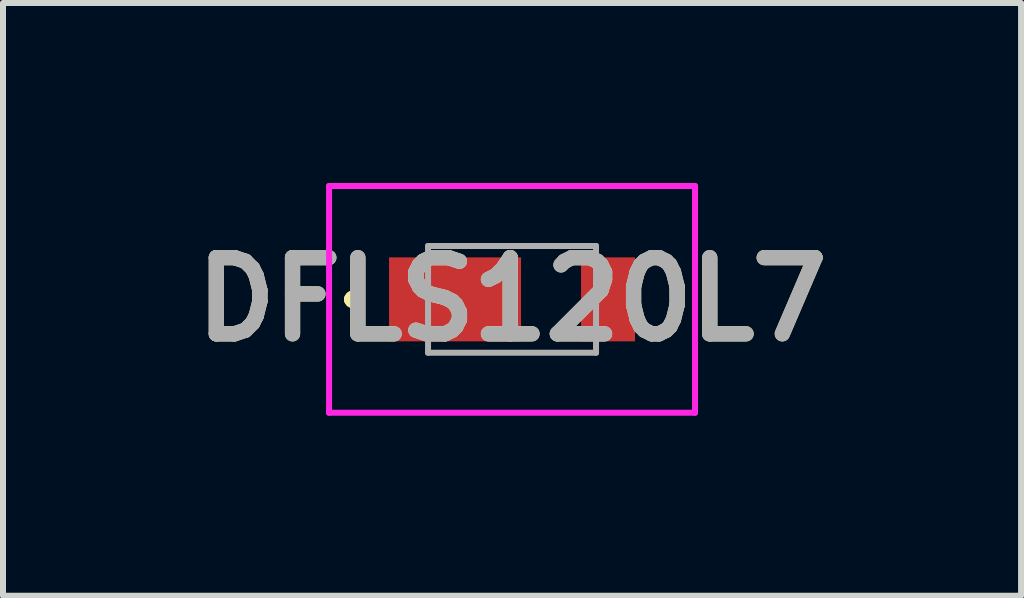
<source format=kicad_pcb>
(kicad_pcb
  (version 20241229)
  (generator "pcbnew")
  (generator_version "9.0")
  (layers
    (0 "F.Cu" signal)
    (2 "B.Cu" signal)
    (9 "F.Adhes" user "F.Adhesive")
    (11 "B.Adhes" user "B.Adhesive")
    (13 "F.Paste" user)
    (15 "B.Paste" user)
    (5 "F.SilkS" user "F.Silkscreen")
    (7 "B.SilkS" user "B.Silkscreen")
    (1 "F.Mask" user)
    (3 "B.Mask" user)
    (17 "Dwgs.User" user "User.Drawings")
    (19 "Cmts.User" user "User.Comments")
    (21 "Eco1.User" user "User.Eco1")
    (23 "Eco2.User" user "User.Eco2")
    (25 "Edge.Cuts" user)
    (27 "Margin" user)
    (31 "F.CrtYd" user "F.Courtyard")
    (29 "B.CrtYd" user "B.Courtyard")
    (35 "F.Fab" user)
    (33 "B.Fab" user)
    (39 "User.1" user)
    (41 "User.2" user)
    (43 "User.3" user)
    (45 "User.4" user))
  (footprint "DFLS120L7"
    (layer "F.Cu")
    (at 5.485 1.94)
    (property "Reference" "DFLS120L7" (at 0 0 0) (layer "F.SilkS") (effects (font (size 1.27 1.27) (thickness 0.254))))
    (attr smd)
    (fp_line (start -2.7 0) (end -2.7 0) (stroke (width 0.2) (type solid)) (layer "F.SilkS"))
    (fp_line (start -2.7 0) (end -2.6 0) (stroke (width 0.2) (type solid)) (layer "F.SilkS"))
    (fp_line (start -2.6 0) (end -2.6 0) (stroke (width 0.2) (type solid)) (layer "F.SilkS"))
    (fp_arc (start -2.7 0) (mid -2.65 -0.05) (end -2.6 0) (stroke (width 0.2) (type solid)) (layer "F.SilkS"))
    (fp_arc (start -2.6 0) (mid -2.65 0.05) (end -2.7 0) (stroke (width 0.2) (type solid)) (layer "F.SilkS"))
    (fp_line (start -3.05 -1.89) (end 3.05 -1.89) (stroke (width 0.1) (type solid)) (layer "F.CrtYd"))
    (fp_line (start -3.05 1.89) (end -3.05 -1.89) (stroke (width 0.1) (type solid)) (layer "F.CrtYd"))
    (fp_line (start 3.05 -1.89) (end 3.05 1.89) (stroke (width 0.1) (type solid)) (layer "F.CrtYd"))
    (fp_line (start 3.05 1.89) (end -3.05 1.89) (stroke (width 0.1) (type solid)) (layer "F.CrtYd"))
    (fp_line (start -1.4 -0.89) (end -1.4 0.89) (stroke (width 0.1) (type solid)) (layer "F.Fab"))
    (fp_line (start -1.4 0.89) (end 1.4 0.89) (stroke (width 0.1) (type solid)) (layer "F.Fab"))
    (fp_line (start 1.4 -0.89) (end -1.4 -0.89) (stroke (width 0.1) (type solid)) (layer "F.Fab"))
    (fp_line (start 1.4 0.89) (end 1.4 -0.89) (stroke (width 0.1) (type solid)) (layer "F.Fab"))
    (fp_text user "${REFERENCE}" (at 0 0 0) (layer "F.Fab") (effects (font (size 1.27 1.27) (thickness 0.254))))
    (pad "1" smd rect (at -0.95 0 90) (size 1.4 2.2) (layers "F.Cu" "F.Mask" "F.Paste"))
    (pad "2" smd rect (at 1.6 0) (size 0.9 1.4) (layers "F.Cu" "F.Mask" "F.Paste")))
  (gr_rect
    (start -3 -3)
    (end 13.97 6.88)
    (stroke (width 0.1) (type default))
    (fill no)
    (layer "Edge.Cuts")))
</source>
